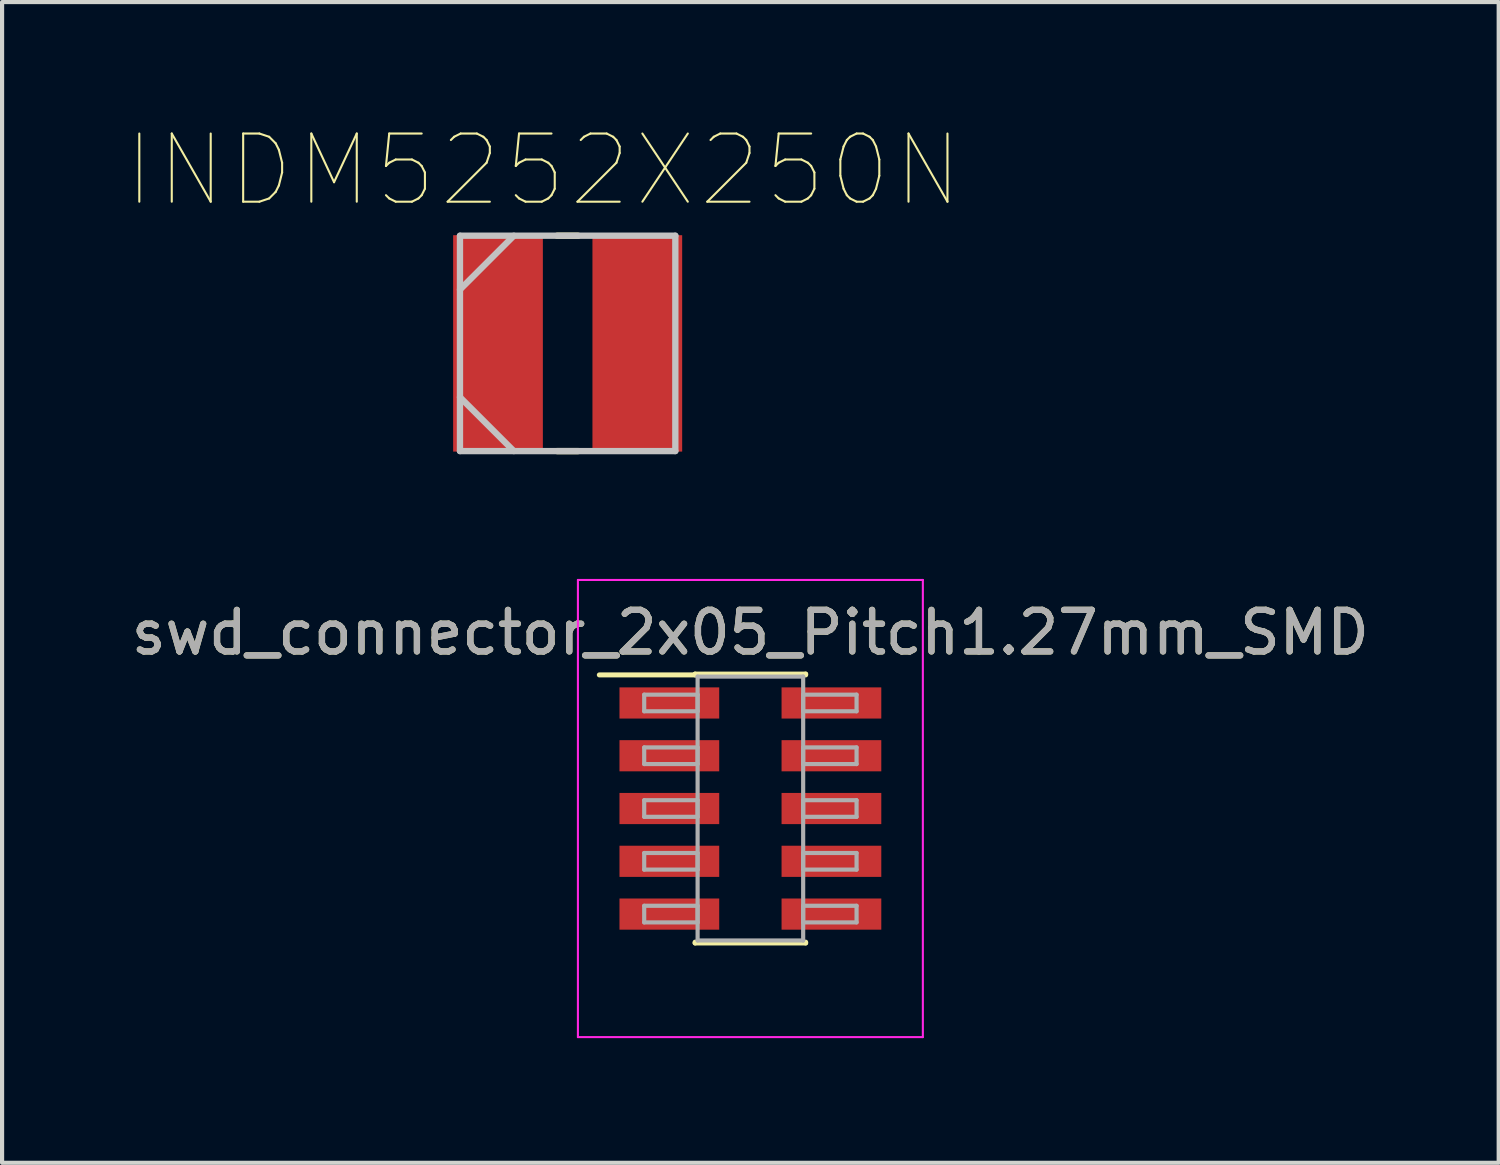
<source format=kicad_pcb>
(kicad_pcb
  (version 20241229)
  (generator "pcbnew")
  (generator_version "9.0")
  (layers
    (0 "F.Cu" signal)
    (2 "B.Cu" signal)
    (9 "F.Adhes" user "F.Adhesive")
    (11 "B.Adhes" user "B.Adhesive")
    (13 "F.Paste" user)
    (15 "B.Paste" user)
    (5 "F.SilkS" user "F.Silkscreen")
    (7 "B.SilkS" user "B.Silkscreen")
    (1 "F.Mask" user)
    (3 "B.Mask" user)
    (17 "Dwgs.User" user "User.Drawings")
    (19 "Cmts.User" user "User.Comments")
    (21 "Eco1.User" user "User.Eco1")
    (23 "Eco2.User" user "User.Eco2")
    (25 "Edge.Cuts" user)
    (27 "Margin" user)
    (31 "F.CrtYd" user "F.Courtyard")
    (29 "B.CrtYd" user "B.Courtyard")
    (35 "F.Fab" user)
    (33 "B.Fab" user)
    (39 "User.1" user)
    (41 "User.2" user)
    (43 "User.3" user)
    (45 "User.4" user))
  (footprint "swd_connector_2x05_Pitch1.27mm_SMD"
    (layer "F.Cu")
    (at 15.006 16.405)
    (property "Reference" "swd_connector_2x05_Pitch1.27mm_SMD" (at 0 -4.235 0) (layer "F.SilkS") (effects (font (size 1 1) (thickness 0.15))))
    (attr smd)
    (fp_line (start -3.635 -3.215) (end -1.33 -3.215) (stroke (width 0.12) (type solid)) (layer "F.SilkS"))
    (fp_line (start -1.33 -3.235) (end 1.33 -3.235) (stroke (width 0.12) (type solid)) (layer "F.SilkS"))
    (fp_line (start -1.33 -3.215) (end -1.33 -3.235) (stroke (width 0.12) (type solid)) (layer "F.SilkS"))
    (fp_line (start -1.33 3.215) (end -1.33 3.235) (stroke (width 0.12) (type solid)) (layer "F.SilkS"))
    (fp_line (start -1.33 3.235) (end 1.33 3.235) (stroke (width 0.12) (type solid)) (layer "F.SilkS"))
    (fp_line (start 1.33 -3.235) (end 1.33 -3.215) (stroke (width 0.12) (type solid)) (layer "F.SilkS"))
    (fp_line (start 1.33 3.235) (end 1.33 3.215) (stroke (width 0.12) (type solid)) (layer "F.SilkS"))
    (fp_line (start -4.15 -5.5) (end -4.15 5.5) (stroke (width 0.05) (type solid)) (layer "F.CrtYd"))
    (fp_line (start -4.15 5.5) (end 4.15 5.5) (stroke (width 0.05) (type solid)) (layer "F.CrtYd"))
    (fp_line (start 4.15 -5.5) (end -4.15 -5.5) (stroke (width 0.05) (type solid)) (layer "F.CrtYd"))
    (fp_line (start 4.15 5.5) (end 4.15 -5.5) (stroke (width 0.05) (type solid)) (layer "F.CrtYd"))
    (fp_line (start -2.555 -2.74) (end -1.27 -2.74) (stroke (width 0.1) (type solid)) (layer "F.Fab"))
    (fp_line (start -2.555 -2.34) (end -2.555 -2.74) (stroke (width 0.1) (type solid)) (layer "F.Fab"))
    (fp_line (start -2.555 -1.47) (end -1.27 -1.47) (stroke (width 0.1) (type solid)) (layer "F.Fab"))
    (fp_line (start -2.555 -1.07) (end -2.555 -1.47) (stroke (width 0.1) (type solid)) (layer "F.Fab"))
    (fp_line (start -2.555 -0.2) (end -1.27 -0.2) (stroke (width 0.1) (type solid)) (layer "F.Fab"))
    (fp_line (start -2.555 0.2) (end -2.555 -0.2) (stroke (width 0.1) (type solid)) (layer "F.Fab"))
    (fp_line (start -2.555 1.07) (end -1.27 1.07) (stroke (width 0.1) (type solid)) (layer "F.Fab"))
    (fp_line (start -2.555 1.47) (end -2.555 1.07) (stroke (width 0.1) (type solid)) (layer "F.Fab"))
    (fp_line (start -2.555 2.34) (end -1.27 2.34) (stroke (width 0.1) (type solid)) (layer "F.Fab"))
    (fp_line (start -2.555 2.74) (end -2.555 2.34) (stroke (width 0.1) (type solid)) (layer "F.Fab"))
    (fp_line (start -1.27 -3.175) (end -1.27 3.175) (stroke (width 0.1) (type solid)) (layer "F.Fab"))
    (fp_line (start -1.27 -2.74) (end -1.27 -2.34) (stroke (width 0.1) (type solid)) (layer "F.Fab"))
    (fp_line (start -1.27 -2.34) (end -2.555 -2.34) (stroke (width 0.1) (type solid)) (layer "F.Fab"))
    (fp_line (start -1.27 -1.47) (end -1.27 -1.07) (stroke (width 0.1) (type solid)) (layer "F.Fab"))
    (fp_line (start -1.27 -1.07) (end -2.555 -1.07) (stroke (width 0.1) (type solid)) (layer "F.Fab"))
    (fp_line (start -1.27 -0.2) (end -1.27 0.2) (stroke (width 0.1) (type solid)) (layer "F.Fab"))
    (fp_line (start -1.27 0.2) (end -2.555 0.2) (stroke (width 0.1) (type solid)) (layer "F.Fab"))
    (fp_line (start -1.27 1.07) (end -1.27 1.47) (stroke (width 0.1) (type solid)) (layer "F.Fab"))
    (fp_line (start -1.27 1.47) (end -2.555 1.47) (stroke (width 0.1) (type solid)) (layer "F.Fab"))
    (fp_line (start -1.27 2.34) (end -1.27 2.74) (stroke (width 0.1) (type solid)) (layer "F.Fab"))
    (fp_line (start -1.27 2.74) (end -2.555 2.74) (stroke (width 0.1) (type solid)) (layer "F.Fab"))
    (fp_line (start -1.27 3.175) (end 1.27 3.175) (stroke (width 0.1) (type solid)) (layer "F.Fab"))
    (fp_line (start 1.27 -3.175) (end -1.27 -3.175) (stroke (width 0.1) (type solid)) (layer "F.Fab"))
    (fp_line (start 1.27 -2.74) (end 1.27 -2.34) (stroke (width 0.1) (type solid)) (layer "F.Fab"))
    (fp_line (start 1.27 -2.34) (end 2.555 -2.34) (stroke (width 0.1) (type solid)) (layer "F.Fab"))
    (fp_line (start 1.27 -1.47) (end 1.27 -1.07) (stroke (width 0.1) (type solid)) (layer "F.Fab"))
    (fp_line (start 1.27 -1.07) (end 2.555 -1.07) (stroke (width 0.1) (type solid)) (layer "F.Fab"))
    (fp_line (start 1.27 -0.2) (end 1.27 0.2) (stroke (width 0.1) (type solid)) (layer "F.Fab"))
    (fp_line (start 1.27 0.2) (end 2.555 0.2) (stroke (width 0.1) (type solid)) (layer "F.Fab"))
    (fp_line (start 1.27 1.07) (end 1.27 1.47) (stroke (width 0.1) (type solid)) (layer "F.Fab"))
    (fp_line (start 1.27 1.47) (end 2.555 1.47) (stroke (width 0.1) (type solid)) (layer "F.Fab"))
    (fp_line (start 1.27 2.34) (end 1.27 2.74) (stroke (width 0.1) (type solid)) (layer "F.Fab"))
    (fp_line (start 1.27 2.74) (end 2.555 2.74) (stroke (width 0.1) (type solid)) (layer "F.Fab"))
    (fp_line (start 1.27 3.175) (end 1.27 -3.175) (stroke (width 0.1) (type solid)) (layer "F.Fab"))
    (fp_line (start 2.555 -2.74) (end 1.27 -2.74) (stroke (width 0.1) (type solid)) (layer "F.Fab"))
    (fp_line (start 2.555 -2.34) (end 2.555 -2.74) (stroke (width 0.1) (type solid)) (layer "F.Fab"))
    (fp_line (start 2.555 -1.47) (end 1.27 -1.47) (stroke (width 0.1) (type solid)) (layer "F.Fab"))
    (fp_line (start 2.555 -1.07) (end 2.555 -1.47) (stroke (width 0.1) (type solid)) (layer "F.Fab"))
    (fp_line (start 2.555 -0.2) (end 1.27 -0.2) (stroke (width 0.1) (type solid)) (layer "F.Fab"))
    (fp_line (start 2.555 0.2) (end 2.555 -0.2) (stroke (width 0.1) (type solid)) (layer "F.Fab"))
    (fp_line (start 2.555 1.07) (end 1.27 1.07) (stroke (width 0.1) (type solid)) (layer "F.Fab"))
    (fp_line (start 2.555 1.47) (end 2.555 1.07) (stroke (width 0.1) (type solid)) (layer "F.Fab"))
    (fp_line (start 2.555 2.34) (end 1.27 2.34) (stroke (width 0.1) (type solid)) (layer "F.Fab"))
    (fp_line (start 2.555 2.74) (end 2.555 2.34) (stroke (width 0.1) (type solid)) (layer "F.Fab"))
    (fp_text user "${REFERENCE}" (at 0 -4.235 0) (layer "F.Fab") (effects (font (size 1 1) (thickness 0.15))))
    (pad "1" smd rect (at -1.95 -2.54) (size 2.4 0.75) (layers "F.Cu" "F.Mask" "F.Paste"))
    (pad "2" smd rect (at 1.95 -2.54) (size 2.4 0.75) (layers "F.Cu" "F.Mask" "F.Paste"))
    (pad "3" smd rect (at -1.95 -1.27) (size 2.4 0.75) (layers "F.Cu" "F.Mask" "F.Paste"))
    (pad "4" smd rect (at 1.95 -1.27) (size 2.4 0.75) (layers "F.Cu" "F.Mask" "F.Paste"))
    (pad "5" smd rect (at -1.95 0) (size 2.4 0.75) (layers "F.Cu" "F.Mask" "F.Paste"))
    (pad "6" smd rect (at 1.95 0) (size 2.4 0.75) (layers "F.Cu" "F.Mask" "F.Paste"))
    (pad "7" smd rect (at -1.95 1.27) (size 2.4 0.75) (layers "F.Cu" "F.Mask" "F.Paste"))
    (pad "8" smd rect (at 1.95 1.27) (size 2.4 0.75) (layers "F.Cu" "F.Mask" "F.Paste"))
    (pad "9" smd rect (at -1.95 2.54) (size 2.4 0.75) (layers "F.Cu" "F.Mask" "F.Paste"))
    (pad "10" smd rect (at 1.95 2.54) (size 2.4 0.75) (layers "F.Cu" "F.Mask" "F.Paste")))
  (footprint "INDM5252X250N"
    (layer "F.Cu")
    (at 10.609 5.213)
    (property "Reference" "INDM5252X250N" (at -0.584 -4.166 0) (layer "F.SilkS") (effects (font (size 1.64 1.64) (thickness 0.05))))
    (attr smd)
    (fp_line (start -0.254 2.591) (end 0.254 2.591) (stroke (width 0.152) (type solid)) (layer "F.SilkS"))
    (fp_line (start 0.254 -2.591) (end -0.254 -2.591) (stroke (width 0.152) (type solid)) (layer "F.SilkS"))
    (fp_line (start -2.591 -2.591) (end -2.591 2.591) (stroke (width 0.152) (type solid)) (layer "Dwgs.User"))
    (fp_line (start -2.591 -1.295) (end -1.295 -2.591) (stroke (width 0.152) (type solid)) (layer "Dwgs.User"))
    (fp_line (start -2.591 1.295) (end -1.295 2.591) (stroke (width 0.152) (type solid)) (layer "Dwgs.User"))
    (fp_line (start -2.591 2.591) (end 2.591 2.591) (stroke (width 0.152) (type solid)) (layer "Dwgs.User"))
    (fp_line (start 2.591 -2.591) (end -2.591 -2.591) (stroke (width 0.152) (type solid)) (layer "Dwgs.User"))
    (fp_line (start 2.591 2.591) (end 2.591 -2.591) (stroke (width 0.152) (type solid)) (layer "Dwgs.User"))
    (pad "1" smd rect (at -1.676 0 90) (size 5.207 2.159) (layers "F.Cu" "F.Mask" "F.Paste"))
    (pad "2" smd rect (at 1.676 0 90) (size 5.207 2.159) (layers "F.Cu" "F.Mask" "F.Paste")))
  (gr_rect
    (start -3 -3)
    (end 33.012 24.93)
    (stroke (width 0.1) (type default))
    (fill no)
    (layer "Edge.Cuts")))
</source>
